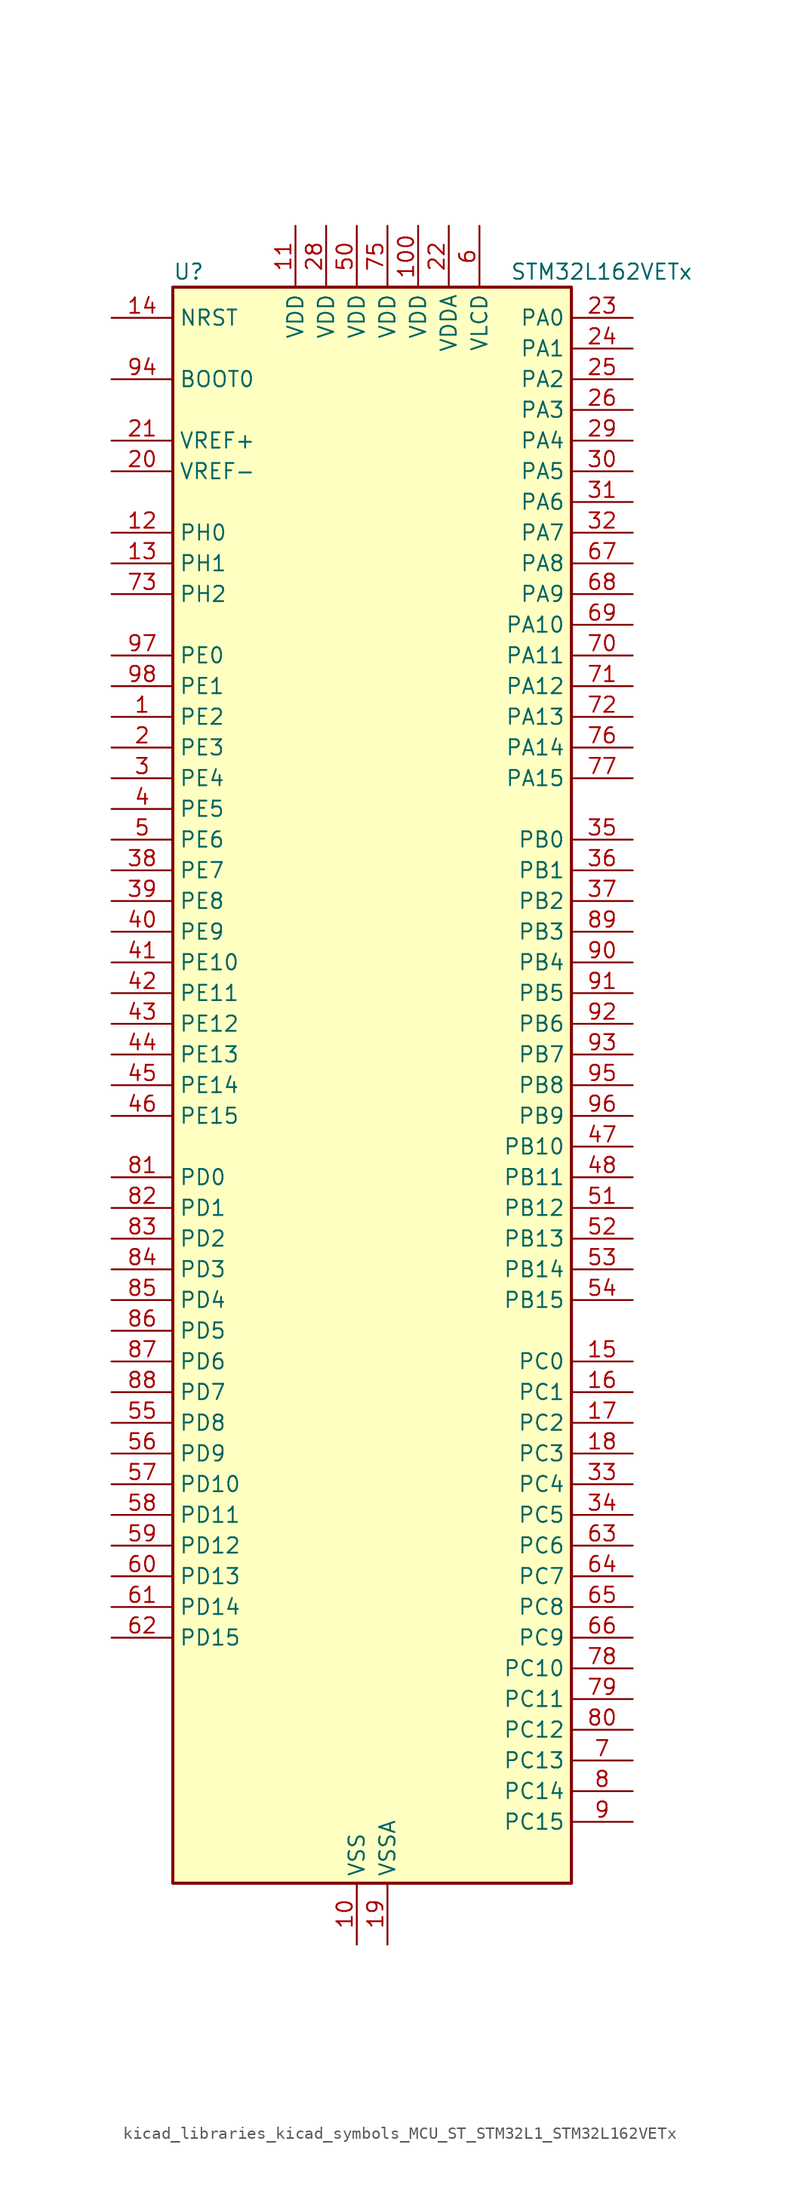
<source format=kicad_sym>
(kicad_symbol_lib
  (version 20220914)
  (generator kicad_symbol_editor)
  (symbol "kicad_libraries_kicad_symbols_MCU_ST_STM32L1_STM32L162VETx"
    (property "Reference" "U"
      (at -15.24 67.31 0)
      (effects (font (size 1.27 1.27)) (justify left)))
    (property "Value" "STM32L162VETx"
      (at 12.7 67.31 0)
      (effects (font (size 1.27 1.27)) (justify left)))
    (property "ki_locked" ""
      (at 0 0 0)
      (effects (font (size 1.27 1.27))))
    (symbol "kicad_libraries_kicad_symbols_MCU_ST_STM32L1_STM32L162VETx_0_1"
      (rectangle (start -15.24 -66.04) (end 17.78 66.04) (stroke (width 0.254) (type default)) (fill (type background))))
    (symbol "kicad_libraries_kicad_symbols_MCU_ST_STM32L1_STM32L162VETx_1_1"
      (pin bidirectional line (at -20.32 30.48 0) (length 5.08) (name "PE2" (effects (font (size 1.27 1.27)))) (number "1" (effects (font (size 1.27 1.27)))) (alternate "LCD_SEG38" bidirectional line) (alternate "SYS_TRACECK" bidirectional line) (alternate "TIM3_ETR" bidirectional line) (alternate "TIMX_IC3" bidirectional line))
      (pin power_in line (at 0 -71.12 90) (length 5.08) (name "VSS" (effects (font (size 1.27 1.27)))) (number "10" (effects (font (size 1.27 1.27)))))
      (pin power_in line (at 5.08 71.12 270) (length 5.08) (name "VDD" (effects (font (size 1.27 1.27)))) (number "100" (effects (font (size 1.27 1.27)))))
      (pin power_in line (at -5.08 71.12 270) (length 5.08) (name "VDD" (effects (font (size 1.27 1.27)))) (number "11" (effects (font (size 1.27 1.27)))))
      (pin bidirectional line (at -20.32 45.72 0) (length 5.08) (name "PH0" (effects (font (size 1.27 1.27)))) (number "12" (effects (font (size 1.27 1.27)))) (alternate "RCC_OSC_IN" bidirectional line))
      (pin bidirectional line (at -20.32 43.18 0) (length 5.08) (name "PH1" (effects (font (size 1.27 1.27)))) (number "13" (effects (font (size 1.27 1.27)))) (alternate "RCC_OSC_OUT" bidirectional line))
      (pin input line (at -20.32 63.5 0) (length 5.08) (name "NRST" (effects (font (size 1.27 1.27)))) (number "14" (effects (font (size 1.27 1.27)))))
      (pin bidirectional line (at 22.86 -22.86 180) (length 5.08) (name "PC0" (effects (font (size 1.27 1.27)))) (number "15" (effects (font (size 1.27 1.27)))) (alternate "ADC_IN10" bidirectional line) (alternate "COMP1_INP" bidirectional line) (alternate "LCD_SEG18" bidirectional line) (alternate "TIMX_IC1" bidirectional line) (alternate "TS_G8_IO1" bidirectional line))
      (pin bidirectional line (at 22.86 -25.4 180) (length 5.08) (name "PC1" (effects (font (size 1.27 1.27)))) (number "16" (effects (font (size 1.27 1.27)))) (alternate "ADC_IN11" bidirectional line) (alternate "COMP1_INP" bidirectional line) (alternate "LCD_SEG19" bidirectional line) (alternate "TIMX_IC2" bidirectional line) (alternate "TS_G8_IO2" bidirectional line))
      (pin bidirectional line (at 22.86 -27.94 180) (length 5.08) (name "PC2" (effects (font (size 1.27 1.27)))) (number "17" (effects (font (size 1.27 1.27)))) (alternate "ADC_IN12" bidirectional line) (alternate "COMP1_INP" bidirectional line) (alternate "LCD_SEG20" bidirectional line) (alternate "TIMX_IC3" bidirectional line) (alternate "TS_G8_IO3" bidirectional line))
      (pin bidirectional line (at 22.86 -30.48 180) (length 5.08) (name "PC3" (effects (font (size 1.27 1.27)))) (number "18" (effects (font (size 1.27 1.27)))) (alternate "ADC_IN13" bidirectional line) (alternate "COMP1_INP" bidirectional line) (alternate "LCD_SEG21" bidirectional line) (alternate "TIMX_IC4" bidirectional line) (alternate "TS_G8_IO4" bidirectional line))
      (pin power_in line (at 2.54 -71.12 90) (length 5.08) (name "VSSA" (effects (font (size 1.27 1.27)))) (number "19" (effects (font (size 1.27 1.27)))))
      (pin bidirectional line (at -20.32 27.94 0) (length 5.08) (name "PE3" (effects (font (size 1.27 1.27)))) (number "2" (effects (font (size 1.27 1.27)))) (alternate "LCD_SEG39" bidirectional line) (alternate "SYS_TRACED0" bidirectional line) (alternate "TIM3_CH1" bidirectional line) (alternate "TIMX_IC4" bidirectional line))
      (pin input line (at -20.32 50.8 0) (length 5.08) (name "VREF-" (effects (font (size 1.27 1.27)))) (number "20" (effects (font (size 1.27 1.27)))))
      (pin input line (at -20.32 53.34 0) (length 5.08) (name "VREF+" (effects (font (size 1.27 1.27)))) (number "21" (effects (font (size 1.27 1.27)))))
      (pin power_in line (at 7.62 71.12 270) (length 5.08) (name "VDDA" (effects (font (size 1.27 1.27)))) (number "22" (effects (font (size 1.27 1.27)))))
      (pin bidirectional line (at 22.86 63.5 180) (length 5.08) (name "PA0" (effects (font (size 1.27 1.27)))) (number "23" (effects (font (size 1.27 1.27)))) (alternate "ADC_IN0" bidirectional line) (alternate "COMP1_INP" bidirectional line) (alternate "RTC_TAMP2" bidirectional line) (alternate "SYS_WKUP1" bidirectional line) (alternate "TIM2_CH1" bidirectional line) (alternate "TIM2_ETR" bidirectional line) (alternate "TIM5_CH1" bidirectional line) (alternate "TIMX_IC1" bidirectional line) (alternate "TS_G1_IO1" bidirectional line) (alternate "USART2_CTS" bidirectional line))
      (pin bidirectional line (at 22.86 60.96 180) (length 5.08) (name "PA1" (effects (font (size 1.27 1.27)))) (number "24" (effects (font (size 1.27 1.27)))) (alternate "ADC_IN1" bidirectional line) (alternate "COMP1_INP" bidirectional line) (alternate "LCD_SEG0" bidirectional line) (alternate "OPAMP1_VINP" bidirectional line) (alternate "TIM2_CH2" bidirectional line) (alternate "TIM5_CH2" bidirectional line) (alternate "TIMX_IC2" bidirectional line) (alternate "TS_G1_IO2" bidirectional line) (alternate "USART2_RTS" bidirectional line))
      (pin bidirectional line (at 22.86 58.42 180) (length 5.08) (name "PA2" (effects (font (size 1.27 1.27)))) (number "25" (effects (font (size 1.27 1.27)))) (alternate "ADC_IN2" bidirectional line) (alternate "COMP1_INP" bidirectional line) (alternate "LCD_SEG1" bidirectional line) (alternate "OPAMP1_VINM" bidirectional line) (alternate "TIM2_CH3" bidirectional line) (alternate "TIM5_CH3" bidirectional line) (alternate "TIM9_CH1" bidirectional line) (alternate "TIMX_IC3" bidirectional line) (alternate "TS_G1_IO3" bidirectional line) (alternate "USART2_TX" bidirectional line))
      (pin bidirectional line (at 22.86 55.88 180) (length 5.08) (name "PA3" (effects (font (size 1.27 1.27)))) (number "26" (effects (font (size 1.27 1.27)))) (alternate "ADC_IN3" bidirectional line) (alternate "COMP1_INP" bidirectional line) (alternate "LCD_SEG2" bidirectional line) (alternate "OPAMP1_VOUT" bidirectional line) (alternate "TIM2_CH4" bidirectional line) (alternate "TIM5_CH4" bidirectional line) (alternate "TIM9_CH2" bidirectional line) (alternate "TIMX_IC4" bidirectional line) (alternate "TS_G1_IO4" bidirectional line) (alternate "USART2_RX" bidirectional line))
      (pin passive line (at 0 -71.12 90) (length 5.08) hide (name "VSS" (effects (font (size 1.27 1.27)))) (number "27" (effects (font (size 1.27 1.27)))))
      (pin power_in line (at -2.54 71.12 270) (length 5.08) (name "VDD" (effects (font (size 1.27 1.27)))) (number "28" (effects (font (size 1.27 1.27)))))
      (pin bidirectional line (at 22.86 53.34 180) (length 5.08) (name "PA4" (effects (font (size 1.27 1.27)))) (number "29" (effects (font (size 1.27 1.27)))) (alternate "ADC_IN4" bidirectional line) (alternate "COMP1_INP" bidirectional line) (alternate "DAC_OUT1" bidirectional line) (alternate "I2S3_WS" bidirectional line) (alternate "SPI1_NSS" bidirectional line) (alternate "SPI3_NSS" bidirectional line) (alternate "TIMX_IC1" bidirectional line) (alternate "USART2_CK" bidirectional line))
      (pin bidirectional line (at -20.32 25.4 0) (length 5.08) (name "PE4" (effects (font (size 1.27 1.27)))) (number "3" (effects (font (size 1.27 1.27)))) (alternate "SYS_TRACED1" bidirectional line) (alternate "TIM3_CH2" bidirectional line) (alternate "TIMX_IC1" bidirectional line))
      (pin bidirectional line (at 22.86 50.8 180) (length 5.08) (name "PA5" (effects (font (size 1.27 1.27)))) (number "30" (effects (font (size 1.27 1.27)))) (alternate "ADC_IN5" bidirectional line) (alternate "COMP1_INP" bidirectional line) (alternate "DAC_OUT2" bidirectional line) (alternate "SPI1_SCK" bidirectional line) (alternate "TIM2_CH1" bidirectional line) (alternate "TIM2_ETR" bidirectional line) (alternate "TIMX_IC2" bidirectional line))
      (pin bidirectional line (at 22.86 48.26 180) (length 5.08) (name "PA6" (effects (font (size 1.27 1.27)))) (number "31" (effects (font (size 1.27 1.27)))) (alternate "ADC_IN6" bidirectional line) (alternate "COMP1_INP" bidirectional line) (alternate "LCD_SEG3" bidirectional line) (alternate "OPAMP2_VINP" bidirectional line) (alternate "SPI1_MISO" bidirectional line) (alternate "TIM10_CH1" bidirectional line) (alternate "TIM3_CH1" bidirectional line) (alternate "TIMX_IC3" bidirectional line) (alternate "TS_G2_IO1" bidirectional line))
      (pin bidirectional line (at 22.86 45.72 180) (length 5.08) (name "PA7" (effects (font (size 1.27 1.27)))) (number "32" (effects (font (size 1.27 1.27)))) (alternate "ADC_IN7" bidirectional line) (alternate "COMP1_INP" bidirectional line) (alternate "LCD_SEG4" bidirectional line) (alternate "OPAMP2_VINM" bidirectional line) (alternate "SPI1_MOSI" bidirectional line) (alternate "TIM11_CH1" bidirectional line) (alternate "TIM3_CH2" bidirectional line) (alternate "TIMX_IC4" bidirectional line) (alternate "TS_G2_IO2" bidirectional line))
      (pin bidirectional line (at 22.86 -33.02 180) (length 5.08) (name "PC4" (effects (font (size 1.27 1.27)))) (number "33" (effects (font (size 1.27 1.27)))) (alternate "ADC_IN14" bidirectional line) (alternate "COMP1_INP" bidirectional line) (alternate "LCD_SEG22" bidirectional line) (alternate "TIMX_IC1" bidirectional line) (alternate "TS_G9_IO1" bidirectional line))
      (pin bidirectional line (at 22.86 -35.56 180) (length 5.08) (name "PC5" (effects (font (size 1.27 1.27)))) (number "34" (effects (font (size 1.27 1.27)))) (alternate "ADC_IN15" bidirectional line) (alternate "COMP1_INP" bidirectional line) (alternate "LCD_SEG23" bidirectional line) (alternate "TIMX_IC2" bidirectional line) (alternate "TS_G9_IO2" bidirectional line))
      (pin bidirectional line (at 22.86 20.32 180) (length 5.08) (name "PB0" (effects (font (size 1.27 1.27)))) (number "35" (effects (font (size 1.27 1.27)))) (alternate "ADC_IN8" bidirectional line) (alternate "COMP1_INP" bidirectional line) (alternate "LCD_SEG5" bidirectional line) (alternate "OPAMP2_VOUT" bidirectional line) (alternate "SYS_V_REF_OUT" bidirectional line) (alternate "TIM3_CH3" bidirectional line) (alternate "TS_G3_IO1" bidirectional line))
      (pin bidirectional line (at 22.86 17.78 180) (length 5.08) (name "PB1" (effects (font (size 1.27 1.27)))) (number "36" (effects (font (size 1.27 1.27)))) (alternate "ADC_IN9" bidirectional line) (alternate "COMP1_INP" bidirectional line) (alternate "LCD_SEG6" bidirectional line) (alternate "SYS_V_REF_OUT" bidirectional line) (alternate "TIM3_CH4" bidirectional line) (alternate "TS_G3_IO2" bidirectional line))
      (pin bidirectional line (at 22.86 15.24 180) (length 5.08) (name "PB2" (effects (font (size 1.27 1.27)))) (number "37" (effects (font (size 1.27 1.27)))) (alternate "ADC_IN0b" bidirectional line) (alternate "TS_G3_IO3" bidirectional line))
      (pin bidirectional line (at -20.32 17.78 0) (length 5.08) (name "PE7" (effects (font (size 1.27 1.27)))) (number "38" (effects (font (size 1.27 1.27)))) (alternate "ADC_IN22" bidirectional line) (alternate "COMP1_INP" bidirectional line) (alternate "TIMX_IC4" bidirectional line))
      (pin bidirectional line (at -20.32 15.24 0) (length 5.08) (name "PE8" (effects (font (size 1.27 1.27)))) (number "39" (effects (font (size 1.27 1.27)))) (alternate "ADC_IN23" bidirectional line) (alternate "COMP1_INP" bidirectional line) (alternate "TIMX_IC1" bidirectional line))
      (pin bidirectional line (at -20.32 22.86 0) (length 5.08) (name "PE5" (effects (font (size 1.27 1.27)))) (number "4" (effects (font (size 1.27 1.27)))) (alternate "SYS_TRACED2" bidirectional line) (alternate "TIM9_CH1" bidirectional line) (alternate "TIMX_IC2" bidirectional line))
      (pin bidirectional line (at -20.32 12.7 0) (length 5.08) (name "PE9" (effects (font (size 1.27 1.27)))) (number "40" (effects (font (size 1.27 1.27)))) (alternate "ADC_IN24" bidirectional line) (alternate "COMP1_INP" bidirectional line) (alternate "DAC_EXTI9" bidirectional line) (alternate "TIM2_CH1" bidirectional line) (alternate "TIM2_ETR" bidirectional line) (alternate "TIMX_IC2" bidirectional line))
      (pin bidirectional line (at -20.32 10.16 0) (length 5.08) (name "PE10" (effects (font (size 1.27 1.27)))) (number "41" (effects (font (size 1.27 1.27)))) (alternate "ADC_IN25" bidirectional line) (alternate "COMP1_INP" bidirectional line) (alternate "TIM2_CH2" bidirectional line) (alternate "TIMX_IC3" bidirectional line))
      (pin bidirectional line (at -20.32 7.62 0) (length 5.08) (name "PE11" (effects (font (size 1.27 1.27)))) (number "42" (effects (font (size 1.27 1.27)))) (alternate "ADC_EXTI11" bidirectional line) (alternate "TIM2_CH3" bidirectional line) (alternate "TIMX_IC4" bidirectional line))
      (pin bidirectional line (at -20.32 5.08 0) (length 5.08) (name "PE12" (effects (font (size 1.27 1.27)))) (number "43" (effects (font (size 1.27 1.27)))) (alternate "SPI1_NSS" bidirectional line) (alternate "TIM2_CH4" bidirectional line) (alternate "TIMX_IC1" bidirectional line))
      (pin bidirectional line (at -20.32 2.54 0) (length 5.08) (name "PE13" (effects (font (size 1.27 1.27)))) (number "44" (effects (font (size 1.27 1.27)))) (alternate "SPI1_SCK" bidirectional line) (alternate "TIMX_IC2" bidirectional line))
      (pin bidirectional line (at -20.32 0 0) (length 5.08) (name "PE14" (effects (font (size 1.27 1.27)))) (number "45" (effects (font (size 1.27 1.27)))) (alternate "SPI1_MISO" bidirectional line) (alternate "TIMX_IC3" bidirectional line))
      (pin bidirectional line (at -20.32 -2.54 0) (length 5.08) (name "PE15" (effects (font (size 1.27 1.27)))) (number "46" (effects (font (size 1.27 1.27)))) (alternate "ADC_EXTI15" bidirectional line) (alternate "SPI1_MOSI" bidirectional line) (alternate "TIMX_IC4" bidirectional line))
      (pin bidirectional line (at 22.86 -5.08 180) (length 5.08) (name "PB10" (effects (font (size 1.27 1.27)))) (number "47" (effects (font (size 1.27 1.27)))) (alternate "I2C2_SCL" bidirectional line) (alternate "LCD_SEG10" bidirectional line) (alternate "TIM2_CH3" bidirectional line) (alternate "USART3_TX" bidirectional line))
      (pin bidirectional line (at 22.86 -7.62 180) (length 5.08) (name "PB11" (effects (font (size 1.27 1.27)))) (number "48" (effects (font (size 1.27 1.27)))) (alternate "ADC_EXTI11" bidirectional line) (alternate "I2C2_SDA" bidirectional line) (alternate "LCD_SEG11" bidirectional line) (alternate "TIM2_CH4" bidirectional line) (alternate "USART3_RX" bidirectional line))
      (pin passive line (at 0 -71.12 90) (length 5.08) hide (name "VSS" (effects (font (size 1.27 1.27)))) (number "49" (effects (font (size 1.27 1.27)))))
      (pin bidirectional line (at -20.32 20.32 0) (length 5.08) (name "PE6" (effects (font (size 1.27 1.27)))) (number "5" (effects (font (size 1.27 1.27)))) (alternate "RTC_TAMP3" bidirectional line) (alternate "SYS_TRACED3" bidirectional line) (alternate "SYS_WKUP3" bidirectional line) (alternate "TIM9_CH2" bidirectional line) (alternate "TIMX_IC3" bidirectional line))
      (pin power_in line (at 0 71.12 270) (length 5.08) (name "VDD" (effects (font (size 1.27 1.27)))) (number "50" (effects (font (size 1.27 1.27)))))
      (pin bidirectional line (at 22.86 -10.16 180) (length 5.08) (name "PB12" (effects (font (size 1.27 1.27)))) (number "51" (effects (font (size 1.27 1.27)))) (alternate "ADC_IN18" bidirectional line) (alternate "COMP1_INP" bidirectional line) (alternate "I2C2_SMBA" bidirectional line) (alternate "I2S2_WS" bidirectional line) (alternate "LCD_SEG12" bidirectional line) (alternate "SPI2_NSS" bidirectional line) (alternate "TIM10_CH1" bidirectional line) (alternate "TS_G7_IO1" bidirectional line) (alternate "USART3_CK" bidirectional line))
      (pin bidirectional line (at 22.86 -12.7 180) (length 5.08) (name "PB13" (effects (font (size 1.27 1.27)))) (number "52" (effects (font (size 1.27 1.27)))) (alternate "ADC_IN19" bidirectional line) (alternate "COMP1_INP" bidirectional line) (alternate "I2S2_CK" bidirectional line) (alternate "LCD_SEG13" bidirectional line) (alternate "SPI2_SCK" bidirectional line) (alternate "TIM9_CH1" bidirectional line) (alternate "TS_G7_IO2" bidirectional line) (alternate "USART3_CTS" bidirectional line))
      (pin bidirectional line (at 22.86 -15.24 180) (length 5.08) (name "PB14" (effects (font (size 1.27 1.27)))) (number "53" (effects (font (size 1.27 1.27)))) (alternate "ADC_IN20" bidirectional line) (alternate "COMP1_INP" bidirectional line) (alternate "LCD_SEG14" bidirectional line) (alternate "SPI2_MISO" bidirectional line) (alternate "TIM9_CH2" bidirectional line) (alternate "TS_G7_IO3" bidirectional line) (alternate "USART3_RTS" bidirectional line))
      (pin bidirectional line (at 22.86 -17.78 180) (length 5.08) (name "PB15" (effects (font (size 1.27 1.27)))) (number "54" (effects (font (size 1.27 1.27)))) (alternate "ADC_EXTI15" bidirectional line) (alternate "ADC_IN21" bidirectional line) (alternate "COMP1_INP" bidirectional line) (alternate "I2S2_SD" bidirectional line) (alternate "LCD_SEG15" bidirectional line) (alternate "RTC_REFIN" bidirectional line) (alternate "SPI2_MOSI" bidirectional line) (alternate "TIM11_CH1" bidirectional line) (alternate "TS_G7_IO4" bidirectional line))
      (pin bidirectional line (at -20.32 -27.94 0) (length 5.08) (name "PD8" (effects (font (size 1.27 1.27)))) (number "55" (effects (font (size 1.27 1.27)))) (alternate "LCD_SEG28" bidirectional line) (alternate "TIMX_IC1" bidirectional line) (alternate "USART3_TX" bidirectional line))
      (pin bidirectional line (at -20.32 -30.48 0) (length 5.08) (name "PD9" (effects (font (size 1.27 1.27)))) (number "56" (effects (font (size 1.27 1.27)))) (alternate "DAC_EXTI9" bidirectional line) (alternate "LCD_SEG29" bidirectional line) (alternate "TIMX_IC2" bidirectional line) (alternate "USART3_RX" bidirectional line))
      (pin bidirectional line (at -20.32 -33.02 0) (length 5.08) (name "PD10" (effects (font (size 1.27 1.27)))) (number "57" (effects (font (size 1.27 1.27)))) (alternate "LCD_SEG30" bidirectional line) (alternate "TIMX_IC3" bidirectional line) (alternate "USART3_CK" bidirectional line))
      (pin bidirectional line (at -20.32 -35.56 0) (length 5.08) (name "PD11" (effects (font (size 1.27 1.27)))) (number "58" (effects (font (size 1.27 1.27)))) (alternate "ADC_EXTI11" bidirectional line) (alternate "LCD_SEG31" bidirectional line) (alternate "TIMX_IC4" bidirectional line) (alternate "USART3_CTS" bidirectional line))
      (pin bidirectional line (at -20.32 -38.1 0) (length 5.08) (name "PD12" (effects (font (size 1.27 1.27)))) (number "59" (effects (font (size 1.27 1.27)))) (alternate "LCD_SEG32" bidirectional line) (alternate "TIM4_CH1" bidirectional line) (alternate "TIMX_IC1" bidirectional line) (alternate "USART3_RTS" bidirectional line))
      (pin power_in line (at 10.16 71.12 270) (length 5.08) (name "VLCD" (effects (font (size 1.27 1.27)))) (number "6" (effects (font (size 1.27 1.27)))))
      (pin bidirectional line (at -20.32 -40.64 0) (length 5.08) (name "PD13" (effects (font (size 1.27 1.27)))) (number "60" (effects (font (size 1.27 1.27)))) (alternate "LCD_SEG33" bidirectional line) (alternate "TIM4_CH2" bidirectional line) (alternate "TIMX_IC2" bidirectional line))
      (pin bidirectional line (at -20.32 -43.18 0) (length 5.08) (name "PD14" (effects (font (size 1.27 1.27)))) (number "61" (effects (font (size 1.27 1.27)))) (alternate "LCD_SEG34" bidirectional line) (alternate "TIM4_CH3" bidirectional line) (alternate "TIMX_IC3" bidirectional line))
      (pin bidirectional line (at -20.32 -45.72 0) (length 5.08) (name "PD15" (effects (font (size 1.27 1.27)))) (number "62" (effects (font (size 1.27 1.27)))) (alternate "ADC_EXTI15" bidirectional line) (alternate "LCD_SEG35" bidirectional line) (alternate "TIM4_CH4" bidirectional line) (alternate "TIMX_IC4" bidirectional line))
      (pin bidirectional line (at 22.86 -38.1 180) (length 5.08) (name "PC6" (effects (font (size 1.27 1.27)))) (number "63" (effects (font (size 1.27 1.27)))) (alternate "I2S2_MCK" bidirectional line) (alternate "LCD_SEG24" bidirectional line) (alternate "TIM3_CH1" bidirectional line) (alternate "TIMX_IC3" bidirectional line) (alternate "TS_G10_IO1" bidirectional line))
      (pin bidirectional line (at 22.86 -40.64 180) (length 5.08) (name "PC7" (effects (font (size 1.27 1.27)))) (number "64" (effects (font (size 1.27 1.27)))) (alternate "I2S3_MCK" bidirectional line) (alternate "LCD_SEG25" bidirectional line) (alternate "TIM3_CH2" bidirectional line) (alternate "TIMX_IC4" bidirectional line) (alternate "TS_G10_IO2" bidirectional line))
      (pin bidirectional line (at 22.86 -43.18 180) (length 5.08) (name "PC8" (effects (font (size 1.27 1.27)))) (number "65" (effects (font (size 1.27 1.27)))) (alternate "LCD_SEG26" bidirectional line) (alternate "TIM3_CH3" bidirectional line) (alternate "TIMX_IC1" bidirectional line) (alternate "TS_G10_IO3" bidirectional line))
      (pin bidirectional line (at 22.86 -45.72 180) (length 5.08) (name "PC9" (effects (font (size 1.27 1.27)))) (number "66" (effects (font (size 1.27 1.27)))) (alternate "DAC_EXTI9" bidirectional line) (alternate "LCD_SEG27" bidirectional line) (alternate "TIM3_CH4" bidirectional line) (alternate "TIMX_IC2" bidirectional line) (alternate "TS_G10_IO4" bidirectional line))
      (pin bidirectional line (at 22.86 43.18 180) (length 5.08) (name "PA8" (effects (font (size 1.27 1.27)))) (number "67" (effects (font (size 1.27 1.27)))) (alternate "LCD_COM0" bidirectional line) (alternate "RCC_MCO" bidirectional line) (alternate "TIMX_IC1" bidirectional line) (alternate "TS_G4_IO1" bidirectional line) (alternate "USART1_CK" bidirectional line))
      (pin bidirectional line (at 22.86 40.64 180) (length 5.08) (name "PA9" (effects (font (size 1.27 1.27)))) (number "68" (effects (font (size 1.27 1.27)))) (alternate "DAC_EXTI9" bidirectional line) (alternate "LCD_COM1" bidirectional line) (alternate "TIMX_IC2" bidirectional line) (alternate "TS_G4_IO2" bidirectional line) (alternate "USART1_TX" bidirectional line))
      (pin bidirectional line (at 22.86 38.1 180) (length 5.08) (name "PA10" (effects (font (size 1.27 1.27)))) (number "69" (effects (font (size 1.27 1.27)))) (alternate "LCD_COM2" bidirectional line) (alternate "TIMX_IC3" bidirectional line) (alternate "TS_G4_IO3" bidirectional line) (alternate "USART1_RX" bidirectional line))
      (pin bidirectional line (at 22.86 -55.88 180) (length 5.08) (name "PC13" (effects (font (size 1.27 1.27)))) (number "7" (effects (font (size 1.27 1.27)))) (alternate "RTC_OUT_ALARM" bidirectional line) (alternate "RTC_OUT_CALIB" bidirectional line) (alternate "RTC_TAMP1" bidirectional line) (alternate "RTC_TS" bidirectional line) (alternate "SYS_WKUP2" bidirectional line) (alternate "TIMX_IC2" bidirectional line))
      (pin bidirectional line (at 22.86 35.56 180) (length 5.08) (name "PA11" (effects (font (size 1.27 1.27)))) (number "70" (effects (font (size 1.27 1.27)))) (alternate "ADC_EXTI11" bidirectional line) (alternate "SPI1_MISO" bidirectional line) (alternate "TIMX_IC4" bidirectional line) (alternate "USART1_CTS" bidirectional line) (alternate "USB_DM" bidirectional line))
      (pin bidirectional line (at 22.86 33.02 180) (length 5.08) (name "PA12" (effects (font (size 1.27 1.27)))) (number "71" (effects (font (size 1.27 1.27)))) (alternate "SPI1_MOSI" bidirectional line) (alternate "TIMX_IC1" bidirectional line) (alternate "USART1_RTS" bidirectional line) (alternate "USB_DP" bidirectional line))
      (pin bidirectional line (at 22.86 30.48 180) (length 5.08) (name "PA13" (effects (font (size 1.27 1.27)))) (number "72" (effects (font (size 1.27 1.27)))) (alternate "SYS_JTMS-SWDIO" bidirectional line) (alternate "TIMX_IC2" bidirectional line) (alternate "TS_G5_IO1" bidirectional line))
      (pin bidirectional line (at -20.32 40.64 0) (length 5.08) (name "PH2" (effects (font (size 1.27 1.27)))) (number "73" (effects (font (size 1.27 1.27)))))
      (pin passive line (at 0 -71.12 90) (length 5.08) hide (name "VSS" (effects (font (size 1.27 1.27)))) (number "74" (effects (font (size 1.27 1.27)))))
      (pin power_in line (at 2.54 71.12 270) (length 5.08) (name "VDD" (effects (font (size 1.27 1.27)))) (number "75" (effects (font (size 1.27 1.27)))))
      (pin bidirectional line (at 22.86 27.94 180) (length 5.08) (name "PA14" (effects (font (size 1.27 1.27)))) (number "76" (effects (font (size 1.27 1.27)))) (alternate "SYS_JTCK-SWCLK" bidirectional line) (alternate "TIMX_IC3" bidirectional line) (alternate "TS_G5_IO2" bidirectional line))
      (pin bidirectional line (at 22.86 25.4 180) (length 5.08) (name "PA15" (effects (font (size 1.27 1.27)))) (number "77" (effects (font (size 1.27 1.27)))) (alternate "ADC_EXTI15" bidirectional line) (alternate "I2S3_WS" bidirectional line) (alternate "LCD_SEG17" bidirectional line) (alternate "SPI1_NSS" bidirectional line) (alternate "SPI3_NSS" bidirectional line) (alternate "SYS_JTDI" bidirectional line) (alternate "TIM2_CH1" bidirectional line) (alternate "TIM2_ETR" bidirectional line) (alternate "TIMX_IC4" bidirectional line) (alternate "TS_G5_IO3" bidirectional line))
      (pin bidirectional line (at 22.86 -48.26 180) (length 5.08) (name "PC10" (effects (font (size 1.27 1.27)))) (number "78" (effects (font (size 1.27 1.27)))) (alternate "I2S3_CK" bidirectional line) (alternate "LCD_COM4" bidirectional line) (alternate "LCD_SEG28" bidirectional line) (alternate "LCD_SEG40" bidirectional line) (alternate "SPI3_SCK" bidirectional line) (alternate "TIMX_IC3" bidirectional line) (alternate "UART4_TX" bidirectional line) (alternate "USART3_TX" bidirectional line))
      (pin bidirectional line (at 22.86 -50.8 180) (length 5.08) (name "PC11" (effects (font (size 1.27 1.27)))) (number "79" (effects (font (size 1.27 1.27)))) (alternate "ADC_EXTI11" bidirectional line) (alternate "LCD_COM5" bidirectional line) (alternate "LCD_SEG29" bidirectional line) (alternate "LCD_SEG41" bidirectional line) (alternate "SPI3_MISO" bidirectional line) (alternate "TIMX_IC4" bidirectional line) (alternate "UART4_RX" bidirectional line) (alternate "USART3_RX" bidirectional line))
      (pin bidirectional line (at 22.86 -58.42 180) (length 5.08) (name "PC14" (effects (font (size 1.27 1.27)))) (number "8" (effects (font (size 1.27 1.27)))) (alternate "RCC_OSC32_IN" bidirectional line) (alternate "TIMX_IC3" bidirectional line))
      (pin bidirectional line (at 22.86 -53.34 180) (length 5.08) (name "PC12" (effects (font (size 1.27 1.27)))) (number "80" (effects (font (size 1.27 1.27)))) (alternate "I2S3_SD" bidirectional line) (alternate "LCD_COM6" bidirectional line) (alternate "LCD_SEG30" bidirectional line) (alternate "LCD_SEG42" bidirectional line) (alternate "SPI3_MOSI" bidirectional line) (alternate "TIMX_IC1" bidirectional line) (alternate "UART5_TX" bidirectional line) (alternate "USART3_CK" bidirectional line))
      (pin bidirectional line (at -20.32 -7.62 0) (length 5.08) (name "PD0" (effects (font (size 1.27 1.27)))) (number "81" (effects (font (size 1.27 1.27)))) (alternate "I2S2_WS" bidirectional line) (alternate "SPI2_NSS" bidirectional line) (alternate "TIM9_CH1" bidirectional line) (alternate "TIMX_IC1" bidirectional line))
      (pin bidirectional line (at -20.32 -10.16 0) (length 5.08) (name "PD1" (effects (font (size 1.27 1.27)))) (number "82" (effects (font (size 1.27 1.27)))) (alternate "I2S2_CK" bidirectional line) (alternate "SPI2_SCK" bidirectional line) (alternate "TIMX_IC2" bidirectional line))
      (pin bidirectional line (at -20.32 -12.7 0) (length 5.08) (name "PD2" (effects (font (size 1.27 1.27)))) (number "83" (effects (font (size 1.27 1.27)))) (alternate "LCD_COM7" bidirectional line) (alternate "LCD_SEG31" bidirectional line) (alternate "LCD_SEG43" bidirectional line) (alternate "TIM3_ETR" bidirectional line) (alternate "TIMX_IC3" bidirectional line) (alternate "UART5_RX" bidirectional line))
      (pin bidirectional line (at -20.32 -15.24 0) (length 5.08) (name "PD3" (effects (font (size 1.27 1.27)))) (number "84" (effects (font (size 1.27 1.27)))) (alternate "SPI2_MISO" bidirectional line) (alternate "TIMX_IC4" bidirectional line) (alternate "USART2_CTS" bidirectional line))
      (pin bidirectional line (at -20.32 -17.78 0) (length 5.08) (name "PD4" (effects (font (size 1.27 1.27)))) (number "85" (effects (font (size 1.27 1.27)))) (alternate "I2S2_SD" bidirectional line) (alternate "SPI2_MOSI" bidirectional line) (alternate "TIMX_IC1" bidirectional line) (alternate "USART2_RTS" bidirectional line))
      (pin bidirectional line (at -20.32 -20.32 0) (length 5.08) (name "PD5" (effects (font (size 1.27 1.27)))) (number "86" (effects (font (size 1.27 1.27)))) (alternate "TIMX_IC2" bidirectional line) (alternate "USART2_TX" bidirectional line))
      (pin bidirectional line (at -20.32 -22.86 0) (length 5.08) (name "PD6" (effects (font (size 1.27 1.27)))) (number "87" (effects (font (size 1.27 1.27)))) (alternate "TIMX_IC3" bidirectional line) (alternate "USART2_RX" bidirectional line))
      (pin bidirectional line (at -20.32 -25.4 0) (length 5.08) (name "PD7" (effects (font (size 1.27 1.27)))) (number "88" (effects (font (size 1.27 1.27)))) (alternate "TIM9_CH2" bidirectional line) (alternate "TIMX_IC4" bidirectional line) (alternate "USART2_CK" bidirectional line))
      (pin bidirectional line (at 22.86 12.7 180) (length 5.08) (name "PB3" (effects (font (size 1.27 1.27)))) (number "89" (effects (font (size 1.27 1.27)))) (alternate "COMP2_INM" bidirectional line) (alternate "I2S3_CK" bidirectional line) (alternate "LCD_SEG7" bidirectional line) (alternate "SPI1_SCK" bidirectional line) (alternate "SPI3_SCK" bidirectional line) (alternate "SYS_JTDO-TRACESWO" bidirectional line) (alternate "TIM2_CH2" bidirectional line))
      (pin bidirectional line (at 22.86 -60.96 180) (length 5.08) (name "PC15" (effects (font (size 1.27 1.27)))) (number "9" (effects (font (size 1.27 1.27)))) (alternate "ADC_EXTI15" bidirectional line) (alternate "RCC_OSC32_OUT" bidirectional line) (alternate "TIMX_IC4" bidirectional line))
      (pin bidirectional line (at 22.86 10.16 180) (length 5.08) (name "PB4" (effects (font (size 1.27 1.27)))) (number "90" (effects (font (size 1.27 1.27)))) (alternate "COMP2_INP" bidirectional line) (alternate "LCD_SEG8" bidirectional line) (alternate "SPI1_MISO" bidirectional line) (alternate "SPI3_MISO" bidirectional line) (alternate "SYS_JTRST" bidirectional line) (alternate "TIM3_CH1" bidirectional line) (alternate "TS_G6_IO1" bidirectional line))
      (pin bidirectional line (at 22.86 7.62 180) (length 5.08) (name "PB5" (effects (font (size 1.27 1.27)))) (number "91" (effects (font (size 1.27 1.27)))) (alternate "COMP2_INP" bidirectional line) (alternate "I2C1_SMBA" bidirectional line) (alternate "I2S3_SD" bidirectional line) (alternate "LCD_SEG9" bidirectional line) (alternate "SPI1_MOSI" bidirectional line) (alternate "SPI3_MOSI" bidirectional line) (alternate "TIM3_CH2" bidirectional line) (alternate "TS_G6_IO2" bidirectional line))
      (pin bidirectional line (at 22.86 5.08 180) (length 5.08) (name "PB6" (effects (font (size 1.27 1.27)))) (number "92" (effects (font (size 1.27 1.27)))) (alternate "COMP2_INP" bidirectional line) (alternate "I2C1_SCL" bidirectional line) (alternate "TIM4_CH1" bidirectional line) (alternate "TS_G6_IO3" bidirectional line) (alternate "USART1_TX" bidirectional line))
      (pin bidirectional line (at 22.86 2.54 180) (length 5.08) (name "PB7" (effects (font (size 1.27 1.27)))) (number "93" (effects (font (size 1.27 1.27)))) (alternate "COMP2_INP" bidirectional line) (alternate "I2C1_SDA" bidirectional line) (alternate "SYS_PVD_IN" bidirectional line) (alternate "TIM4_CH2" bidirectional line) (alternate "TS_G6_IO4" bidirectional line) (alternate "USART1_RX" bidirectional line))
      (pin input line (at -20.32 58.42 0) (length 5.08) (name "BOOT0" (effects (font (size 1.27 1.27)))) (number "94" (effects (font (size 1.27 1.27)))))
      (pin bidirectional line (at 22.86 0 180) (length 5.08) (name "PB8" (effects (font (size 1.27 1.27)))) (number "95" (effects (font (size 1.27 1.27)))) (alternate "I2C1_SCL" bidirectional line) (alternate "LCD_SEG16" bidirectional line) (alternate "TIM10_CH1" bidirectional line) (alternate "TIM4_CH3" bidirectional line))
      (pin bidirectional line (at 22.86 -2.54 180) (length 5.08) (name "PB9" (effects (font (size 1.27 1.27)))) (number "96" (effects (font (size 1.27 1.27)))) (alternate "DAC_EXTI9" bidirectional line) (alternate "I2C1_SDA" bidirectional line) (alternate "LCD_COM3" bidirectional line) (alternate "TIM11_CH1" bidirectional line) (alternate "TIM4_CH4" bidirectional line))
      (pin bidirectional line (at -20.32 35.56 0) (length 5.08) (name "PE0" (effects (font (size 1.27 1.27)))) (number "97" (effects (font (size 1.27 1.27)))) (alternate "LCD_SEG36" bidirectional line) (alternate "TIM10_CH1" bidirectional line) (alternate "TIM4_ETR" bidirectional line) (alternate "TIMX_IC1" bidirectional line))
      (pin bidirectional line (at -20.32 33.02 0) (length 5.08) (name "PE1" (effects (font (size 1.27 1.27)))) (number "98" (effects (font (size 1.27 1.27)))) (alternate "LCD_SEG37" bidirectional line) (alternate "TIM11_CH1" bidirectional line) (alternate "TIMX_IC2" bidirectional line))
      (pin passive line (at 0 -71.12 90) (length 5.08) hide (name "VSS" (effects (font (size 1.27 1.27)))) (number "99" (effects (font (size 1.27 1.27))))))))
</source>
